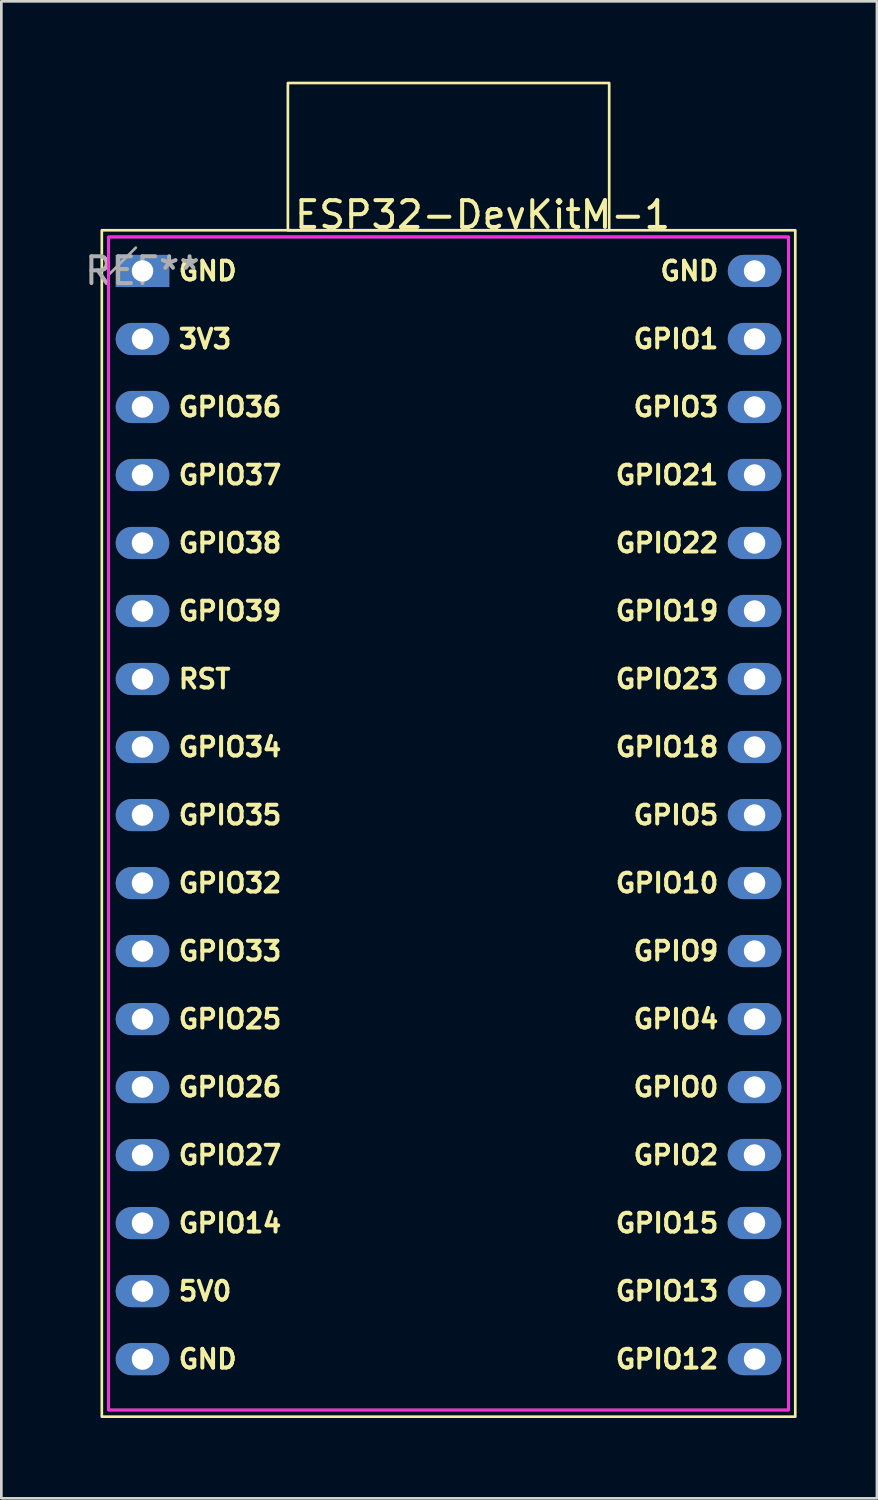
<source format=kicad_pcb>
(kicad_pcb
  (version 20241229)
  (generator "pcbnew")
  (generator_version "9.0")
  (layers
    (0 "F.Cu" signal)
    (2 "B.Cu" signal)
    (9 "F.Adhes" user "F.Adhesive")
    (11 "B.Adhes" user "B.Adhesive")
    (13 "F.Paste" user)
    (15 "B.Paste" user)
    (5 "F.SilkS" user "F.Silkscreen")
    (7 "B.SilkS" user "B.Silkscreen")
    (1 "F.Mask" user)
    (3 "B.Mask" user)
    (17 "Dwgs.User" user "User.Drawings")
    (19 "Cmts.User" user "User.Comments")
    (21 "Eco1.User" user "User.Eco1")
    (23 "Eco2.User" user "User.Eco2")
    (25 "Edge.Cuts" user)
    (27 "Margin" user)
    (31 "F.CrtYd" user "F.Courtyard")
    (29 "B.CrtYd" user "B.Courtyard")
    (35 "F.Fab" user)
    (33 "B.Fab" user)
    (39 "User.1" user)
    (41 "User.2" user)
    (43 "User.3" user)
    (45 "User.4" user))
  (footprint "ESP32-DevKitM-1"
    (layer "F.Cu")
    (at 2.272 7.07)
    (property "Reference" "ESP32-DevKitM-1" (at 12.7 -2.1 0) (layer "F.SilkS") (effects (font (size 1 1) (thickness 0.15))))
    (attr through_hole)
    (fp_rect (start -1.52 -1.52) (end 24.38 42.79) (stroke (width 0.1) (type default)) (fill no) (layer "F.SilkS"))
    (fp_rect (start 5.43 -7.02) (end 17.43 -1.52) (stroke (width 0.1) (type default)) (fill no) (layer "F.SilkS"))
    (fp_rect (start -1.27 -1.27) (end 24.13 42.54) (stroke (width 0.1) (type default)) (fill no) (layer "F.CrtYd"))
    (fp_line (start -0.25 -0.87) (end -1.25 0.13) (stroke (width 0.1) (type solid)) (layer "F.Fab"))
    (fp_rect (start -1.27 -1.27) (end 24.13 42.54) (stroke (width 0.1) (type default)) (fill no) (layer "F.Fab"))
    (fp_text user "GPIO0" (at 21.59 30.48 0) (unlocked yes) (layer "F.SilkS") (effects (font (size 0.7 0.7) (thickness 0.15)) (justify right)))
    (fp_text user "GPIO4" (at 21.59 27.94 0) (unlocked yes) (layer "F.SilkS") (effects (font (size 0.7 0.7) (thickness 0.15)) (justify right)))
    (fp_text user "GPIO39" (at 1.27 12.7 0) (unlocked yes) (layer "F.SilkS") (effects (font (size 0.7 0.7) (thickness 0.15)) (justify left)))
    (fp_text user "GPIO34" (at 1.27 17.78 0) (unlocked yes) (layer "F.SilkS") (effects (font (size 0.7 0.7) (thickness 0.15)) (justify left)))
    (fp_text user "GPIO23" (at 21.59 15.24 0) (unlocked yes) (layer "F.SilkS") (effects (font (size 0.7 0.7) (thickness 0.15)) (justify right)))
    (fp_text user "GPIO36" (at 1.27 5.08 0) (unlocked yes) (layer "F.SilkS") (effects (font (size 0.7 0.7) (thickness 0.15)) (justify left)))
    (fp_text user "GPIO21" (at 21.59 7.62 0) (unlocked yes) (layer "F.SilkS") (effects (font (size 0.7 0.7) (thickness 0.15)) (justify right)))
    (fp_text user "GPIO38" (at 1.27 10.16 0) (unlocked yes) (layer "F.SilkS") (effects (font (size 0.7 0.7) (thickness 0.15)) (justify left)))
    (fp_text user "GPIO35" (at 1.27 20.32 0) (unlocked yes) (layer "F.SilkS") (effects (font (size 0.7 0.7) (thickness 0.15)) (justify left)))
    (fp_text user "5V0" (at 1.27 38.1 0) (unlocked yes) (layer "F.SilkS") (effects (font (size 0.7 0.7) (thickness 0.15)) (justify left)))
    (fp_text user "GPIO25" (at 1.27 27.94 0) (unlocked yes) (layer "F.SilkS") (effects (font (size 0.7 0.7) (thickness 0.15)) (justify left)))
    (fp_text user "RST" (at 1.27 15.24 0) (unlocked yes) (layer "F.SilkS") (effects (font (size 0.7 0.7) (thickness 0.15)) (justify left)))
    (fp_text user "GPIO14" (at 1.27 35.56 0) (unlocked yes) (layer "F.SilkS") (effects (font (size 0.7 0.7) (thickness 0.15)) (justify left)))
    (fp_text user "GPIO10" (at 21.59 22.86 0) (unlocked yes) (layer "F.SilkS") (effects (font (size 0.7 0.7) (thickness 0.15)) (justify right)))
    (fp_text user "GPIO2" (at 21.59 33.02 0) (unlocked yes) (layer "F.SilkS") (effects (font (size 0.7 0.7) (thickness 0.15)) (justify right)))
    (fp_text user "GND" (at 1.27 40.64 0) (unlocked yes) (layer "F.SilkS") (effects (font (size 0.7 0.7) (thickness 0.15)) (justify left)))
    (fp_text user "GPIO37" (at 1.27 7.62 0) (unlocked yes) (layer "F.SilkS") (effects (font (size 0.7 0.7) (thickness 0.15)) (justify left)))
    (fp_text user "GPIO18" (at 21.59 17.78 0) (unlocked yes) (layer "F.SilkS") (effects (font (size 0.7 0.7) (thickness 0.15)) (justify right)))
    (fp_text user "GPIO32" (at 1.27 22.86 0) (unlocked yes) (layer "F.SilkS") (effects (font (size 0.7 0.7) (thickness 0.15)) (justify left)))
    (fp_text user "GPIO3" (at 21.59 5.08 0) (unlocked yes) (layer "F.SilkS") (effects (font (size 0.7 0.7) (thickness 0.15)) (justify right)))
    (fp_text user "GPIO33" (at 1.27 25.4 0) (unlocked yes) (layer "F.SilkS") (effects (font (size 0.7 0.7) (thickness 0.15)) (justify left)))
    (fp_text user "GPIO26" (at 1.27 30.48 0) (unlocked yes) (layer "F.SilkS") (effects (font (size 0.7 0.7) (thickness 0.15)) (justify left)))
    (fp_text user "GPIO22" (at 21.59 10.16 0) (unlocked yes) (layer "F.SilkS") (effects (font (size 0.7 0.7) (thickness 0.15)) (justify right)))
    (fp_text user "GND" (at 1.27 0 0) (unlocked yes) (layer "F.SilkS") (effects (font (size 0.7 0.7) (thickness 0.15)) (justify left)))
    (fp_text user "GPIO27" (at 1.27 33.02 0) (unlocked yes) (layer "F.SilkS") (effects (font (size 0.7 0.7) (thickness 0.15)) (justify left)))
    (fp_text user "GPIO9" (at 21.59 25.4 0) (unlocked yes) (layer "F.SilkS") (effects (font (size 0.7 0.7) (thickness 0.15)) (justify right)))
    (fp_text user "GND" (at 21.59 0 0) (unlocked yes) (layer "F.SilkS") (effects (font (size 0.7 0.7) (thickness 0.15)) (justify right)))
    (fp_text user "GPIO15" (at 21.59 35.56 0) (unlocked yes) (layer "F.SilkS") (effects (font (size 0.7 0.7) (thickness 0.15)) (justify right)))
    (fp_text user "GPIO1" (at 21.59 2.54 0) (unlocked yes) (layer "F.SilkS") (effects (font (size 0.7 0.7) (thickness 0.15)) (justify right)))
    (fp_text user "GPIO12" (at 21.59 40.64 0) (unlocked yes) (layer "F.SilkS") (effects (font (size 0.7 0.7) (thickness 0.15)) (justify right)))
    (fp_text user "GPIO19" (at 21.59 12.7 0) (unlocked yes) (layer "F.SilkS") (effects (font (size 0.7 0.7) (thickness 0.15)) (justify right)))
    (fp_text user "GPIO13" (at 21.59 38.1 0) (unlocked yes) (layer "F.SilkS") (effects (font (size 0.7 0.7) (thickness 0.15)) (justify right)))
    (fp_text user "GPIO5" (at 21.59 20.32 0) (unlocked yes) (layer "F.SilkS") (effects (font (size 0.7 0.7) (thickness 0.15)) (justify right)))
    (fp_text user "3V3" (at 1.27 2.54 0) (unlocked yes) (layer "F.SilkS") (effects (font (size 0.7 0.7) (thickness 0.15)) (justify left)))
    (fp_text user "REF**" (at -0.004 -0.003 0) (layer "F.Fab") (effects (font (size 1 1) (thickness 0.15))))
    (pad "1" thru_hole rect (at 0 0 270) (size 1.2 2) (drill 0.8) (layers "*.Cu" "*.Mask"))
    (pad "2" thru_hole oval (at 0 2.54 270) (size 1.2 2) (drill 0.8) (layers "*.Cu" "*.Mask"))
    (pad "3" thru_hole oval (at 0 5.08 270) (size 1.2 2) (drill 0.8) (layers "*.Cu" "*.Mask"))
    (pad "4" thru_hole oval (at 0 7.62 270) (size 1.2 2) (drill 0.8) (layers "*.Cu" "*.Mask"))
    (pad "5" thru_hole oval (at 0 10.16 270) (size 1.2 2) (drill 0.8) (layers "*.Cu" "*.Mask"))
    (pad "6" thru_hole oval (at 0 12.7 270) (size 1.2 2) (drill 0.8) (layers "*.Cu" "*.Mask"))
    (pad "7" thru_hole oval (at 0 15.24 270) (size 1.2 2) (drill 0.8) (layers "*.Cu" "*.Mask"))
    (pad "8" thru_hole oval (at 0 17.78 270) (size 1.2 2) (drill 0.8) (layers "*.Cu" "*.Mask"))
    (pad "9" thru_hole oval (at 0 20.32 270) (size 1.2 2) (drill 0.8) (layers "*.Cu" "*.Mask"))
    (pad "10" thru_hole oval (at 0 22.86 270) (size 1.2 2) (drill 0.8) (layers "*.Cu" "*.Mask"))
    (pad "11" thru_hole oval (at 0 25.4 270) (size 1.2 2) (drill 0.8) (layers "*.Cu" "*.Mask"))
    (pad "12" thru_hole oval (at 0 27.94 270) (size 1.2 2) (drill 0.8) (layers "*.Cu" "*.Mask"))
    (pad "13" thru_hole oval (at 0 30.48 270) (size 1.2 2) (drill 0.8) (layers "*.Cu" "*.Mask"))
    (pad "14" thru_hole oval (at 0 33.02 270) (size 1.2 2) (drill 0.8) (layers "*.Cu" "*.Mask"))
    (pad "15" thru_hole oval (at 0 35.56 270) (size 1.2 2) (drill 0.8) (layers "*.Cu" "*.Mask"))
    (pad "16" thru_hole oval (at 0 38.1 270) (size 1.2 2) (drill 0.8) (layers "*.Cu" "*.Mask"))
    (pad "17" thru_hole oval (at 0 40.64 270) (size 1.2 2) (drill 0.8) (layers "*.Cu" "*.Mask"))
    (pad "18" thru_hole oval (at 22.86 40.64 270) (size 1.2 2) (drill 0.8) (layers "*.Cu" "*.Mask"))
    (pad "19" thru_hole oval (at 22.86 38.1 270) (size 1.2 2) (drill 0.8) (layers "*.Cu" "*.Mask"))
    (pad "20" thru_hole oval (at 22.856 35.557 270) (size 1.2 2) (drill 0.8) (layers "*.Cu" "*.Mask"))
    (pad "21" thru_hole oval (at 22.856 33.017 270) (size 1.2 2) (drill 0.8) (layers "*.Cu" "*.Mask"))
    (pad "22" thru_hole oval (at 22.86 30.48 270) (size 1.2 2) (drill 0.8) (layers "*.Cu" "*.Mask"))
    (pad "23" thru_hole oval (at 22.86 27.94 270) (size 1.2 2) (drill 0.8) (layers "*.Cu" "*.Mask"))
    (pad "24" thru_hole oval (at 22.86 25.4 270) (size 1.2 2) (drill 0.8) (layers "*.Cu" "*.Mask"))
    (pad "25" thru_hole oval (at 22.86 22.86 270) (size 1.2 2) (drill 0.8) (layers "*.Cu" "*.Mask"))
    (pad "26" thru_hole oval (at 22.86 20.32 270) (size 1.2 2) (drill 0.8) (layers "*.Cu" "*.Mask"))
    (pad "27" thru_hole oval (at 22.86 17.78 270) (size 1.2 2) (drill 0.8) (layers "*.Cu" "*.Mask"))
    (pad "28" thru_hole oval (at 22.86 15.24 270) (size 1.2 2) (drill 0.8) (layers "*.Cu" "*.Mask"))
    (pad "29" thru_hole oval (at 22.86 12.7 270) (size 1.2 2) (drill 0.8) (layers "*.Cu" "*.Mask"))
    (pad "30" thru_hole oval (at 22.86 10.16 270) (size 1.2 2) (drill 0.8) (layers "*.Cu" "*.Mask"))
    (pad "31" thru_hole oval (at 22.86 7.62 270) (size 1.2 2) (drill 0.8) (layers "*.Cu" "*.Mask"))
    (pad "32" thru_hole oval (at 22.86 5.08 270) (size 1.2 2) (drill 0.8) (layers "*.Cu" "*.Mask"))
    (pad "33" thru_hole oval (at 22.86 2.54 270) (size 1.2 2) (drill 0.8) (layers "*.Cu" "*.Mask"))
    (pad "34" thru_hole oval (at 22.86 0 270) (size 1.2 2) (drill 0.8) (layers "*.Cu" "*.Mask")))
  (gr_rect
    (start -3 -3)
    (end 29.702 52.91)
    (stroke (width 0.1) (type default))
    (fill no)
    (layer "Edge.Cuts")))
</source>
